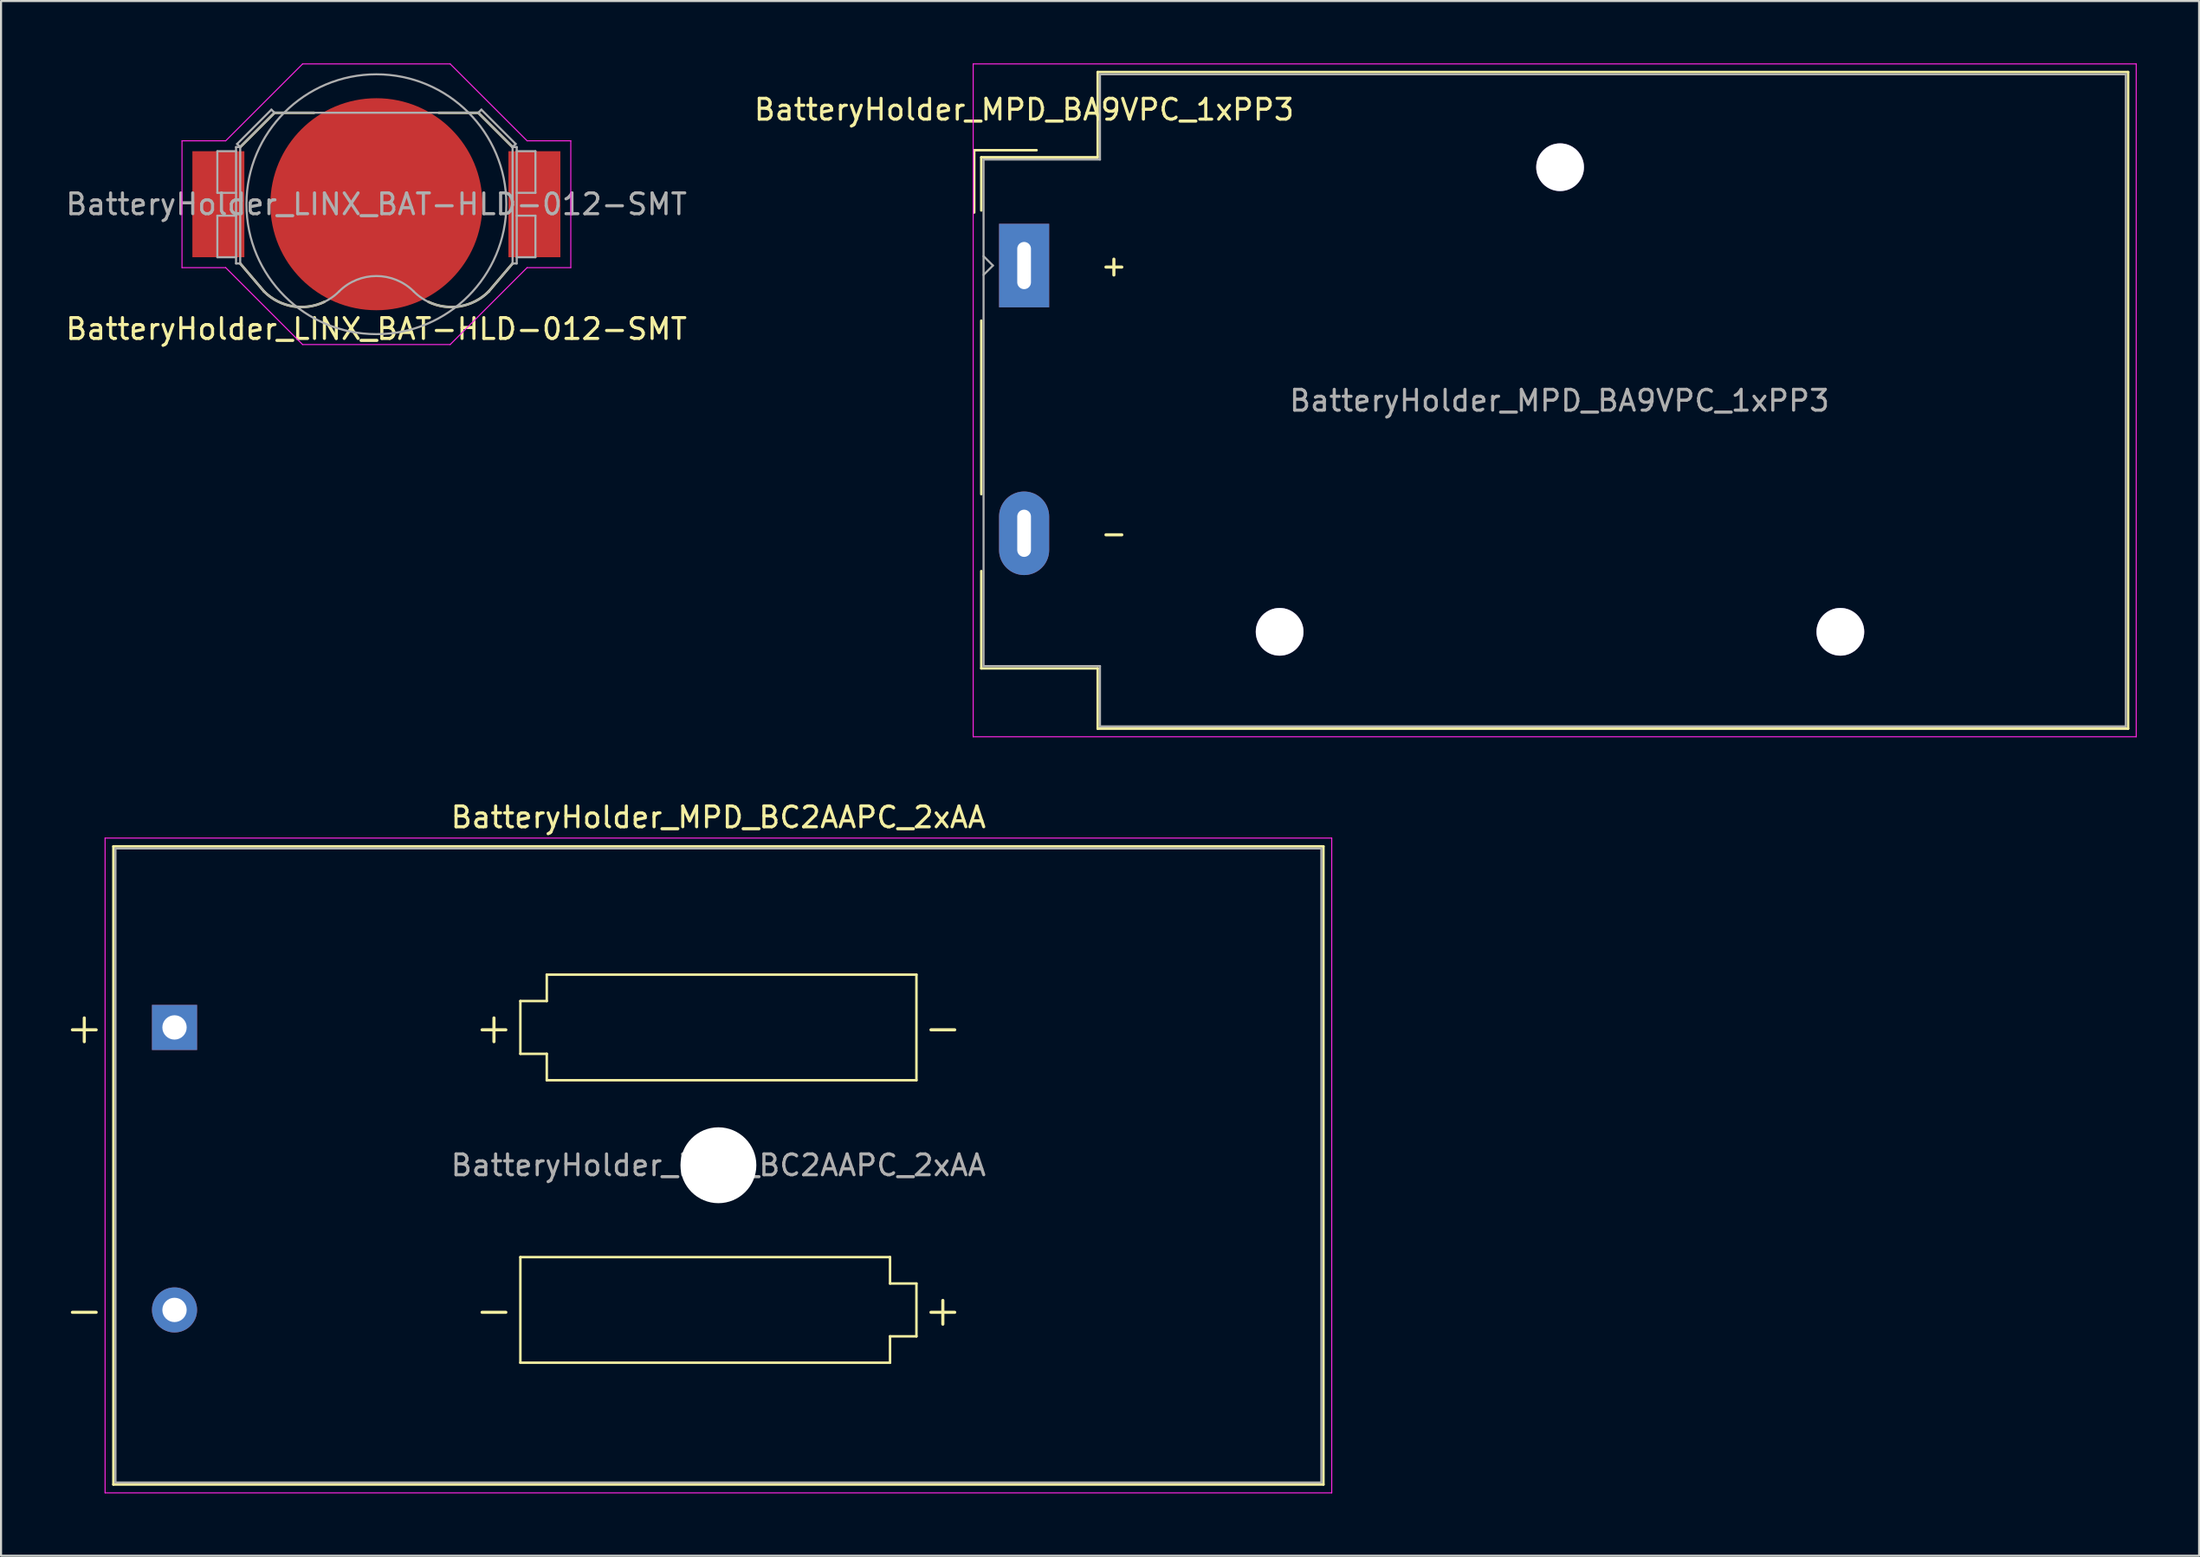
<source format=kicad_pcb>
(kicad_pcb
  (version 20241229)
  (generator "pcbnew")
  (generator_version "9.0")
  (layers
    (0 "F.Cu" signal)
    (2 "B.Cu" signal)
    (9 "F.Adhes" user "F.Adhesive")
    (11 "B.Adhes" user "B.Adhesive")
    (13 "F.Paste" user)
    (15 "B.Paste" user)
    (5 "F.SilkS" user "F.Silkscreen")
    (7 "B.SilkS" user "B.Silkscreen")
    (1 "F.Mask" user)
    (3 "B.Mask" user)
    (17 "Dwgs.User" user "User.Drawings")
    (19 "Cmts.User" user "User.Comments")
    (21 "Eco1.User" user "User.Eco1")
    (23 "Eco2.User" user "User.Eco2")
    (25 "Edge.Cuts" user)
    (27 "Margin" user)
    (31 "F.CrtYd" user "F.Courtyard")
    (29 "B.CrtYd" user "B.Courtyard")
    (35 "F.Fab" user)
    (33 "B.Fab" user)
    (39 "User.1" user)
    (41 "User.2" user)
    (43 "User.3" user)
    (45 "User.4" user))
  (footprint "BatteryHolder_MPD_BA9VPC_1xPP3"
    (layer "F.Cu")
    (at 46.208 9.725)
    (property "Reference" "BatteryHolder_MPD_BA9VPC_1xPP3" (at 0 -7.5 0) (layer "F.SilkS") (effects (font (size 1 1) (thickness 0.15))))
    (attr through_hole)
    (fp_line (start -2.4 -5.55) (end -2.4 -2.55) (stroke (width 0.12) (type solid)) (layer "F.SilkS"))
    (fp_line (start -2.4 -5.55) (end 0.6 -5.55) (stroke (width 0.12) (type solid)) (layer "F.SilkS"))
    (fp_line (start -2.06 -5.21) (end -2.06 -2.65) (stroke (width 0.12) (type solid)) (layer "F.SilkS"))
    (fp_line (start -2.06 2.65) (end -2.06 11) (stroke (width 0.12) (type solid)) (layer "F.SilkS"))
    (fp_line (start -2.06 19.38) (end -2.06 14.7) (stroke (width 0.12) (type solid)) (layer "F.SilkS"))
    (fp_line (start 3.54 -9.31) (end 3.54 -5.21) (stroke (width 0.12) (type solid)) (layer "F.SilkS"))
    (fp_line (start 3.54 -5.21) (end -2.06 -5.21) (stroke (width 0.12) (type solid)) (layer "F.SilkS"))
    (fp_line (start 3.54 19.38) (end -2.06 19.38) (stroke (width 0.12) (type solid)) (layer "F.SilkS"))
    (fp_line (start 3.54 22.28) (end 3.54 19.38) (stroke (width 0.12) (type solid)) (layer "F.SilkS"))
    (fp_line (start 53.1 -9.31) (end 3.54 -9.31) (stroke (width 0.12) (type solid)) (layer "F.SilkS"))
    (fp_line (start 53.1 22.28) (end 3.54 22.28) (stroke (width 0.12) (type solid)) (layer "F.SilkS"))
    (fp_line (start 53.1 22.28) (end 53.1 -9.31) (stroke (width 0.12) (type solid)) (layer "F.SilkS"))
    (fp_line (start -2.45 -9.7) (end -2.45 22.67) (stroke (width 0.05) (type solid)) (layer "F.CrtYd"))
    (fp_line (start -2.45 -9.7) (end 53.49 -9.7) (stroke (width 0.05) (type solid)) (layer "F.CrtYd"))
    (fp_line (start -2.45 22.67) (end 53.49 22.67) (stroke (width 0.05) (type solid)) (layer "F.CrtYd"))
    (fp_line (start 53.49 22.67) (end 53.49 -9.7) (stroke (width 0.05) (type solid)) (layer "F.CrtYd"))
    (fp_line (start -1.95 0.45) (end -1.5 0) (stroke (width 0.1) (type solid)) (layer "F.Fab"))
    (fp_line (start -1.95 19.27) (end -1.95 -5.1) (stroke (width 0.1) (type solid)) (layer "F.Fab"))
    (fp_line (start -1.5 0) (end -1.95 -0.45) (stroke (width 0.1) (type solid)) (layer "F.Fab"))
    (fp_line (start 3.65 -9.2) (end 52.99 -9.2) (stroke (width 0.1) (type solid)) (layer "F.Fab"))
    (fp_line (start 3.65 -5.1) (end -1.95 -5.1) (stroke (width 0.1) (type solid)) (layer "F.Fab"))
    (fp_line (start 3.65 -5.1) (end 3.65 -9.2) (stroke (width 0.1) (type solid)) (layer "F.Fab"))
    (fp_line (start 3.65 19.27) (end -1.95 19.27) (stroke (width 0.1) (type solid)) (layer "F.Fab"))
    (fp_line (start 3.65 22.17) (end 3.65 19.27) (stroke (width 0.1) (type solid)) (layer "F.Fab"))
    (fp_line (start 3.65 22.17) (end 52.99 22.17) (stroke (width 0.1) (type solid)) (layer "F.Fab"))
    (fp_line (start 52.99 22.17) (end 52.99 -9.2) (stroke (width 0.1) (type solid)) (layer "F.Fab"))
    (fp_text user "+" (at 3.6 0 0) (layer "F.SilkS") (effects (font (size 1 1) (thickness 0.15)) (justify left)))
    (fp_text user "-" (at 3.6 12.88 0) (layer "F.SilkS") (effects (font (size 1 1) (thickness 0.15)) (justify left)))
    (fp_text user "${REFERENCE}" (at 25.75 6.5 0) (layer "F.Fab") (effects (font (size 1 1) (thickness 0.15))))
    (pad "" np_thru_hole circle (at 12.29 17.62) (size 2.3 2.3) (drill 2.29) (layers "*.Cu" "*.Mask"))
    (pad "" np_thru_hole circle (at 25.78 -4.73) (size 2.3 2.3) (drill 2.29) (layers "*.Cu" "*.Mask"))
    (pad "" np_thru_hole circle (at 39.26 17.62) (size 2.3 2.3) (drill 2.29) (layers "*.Cu" "*.Mask"))
    (pad "1" thru_hole rect (at 0 0) (size 2.41 4.02) (drill oval 0.66 2.27) (layers "*.Cu" "*.Mask"))
    (pad "2" thru_hole oval (at 0 12.88) (size 2.41 4.02) (drill oval 0.66 2.27) (layers "*.Cu" "*.Mask")))
  (footprint "BatteryHolder_MPD_BC2AAPC_2xAA"
    (layer "F.Cu")
    (at 5.344 46.378)
    (property "Reference" "BatteryHolder_MPD_BC2AAPC_2xAA" (at 26.16 -10.11 0) (layer "F.SilkS") (effects (font (size 1 1) (thickness 0.15))))
    (attr through_hole)
    (fp_line (start -2.94 -8.71) (end -2.94 21.99) (stroke (width 0.12) (type solid)) (layer "F.SilkS"))
    (fp_line (start -2.94 21.99) (end 55.26 21.99) (stroke (width 0.12) (type solid)) (layer "F.SilkS"))
    (fp_line (start 16.635 -1.27) (end 17.905 -1.27) (stroke (width 0.12) (type solid)) (layer "F.SilkS"))
    (fp_line (start 16.635 1.27) (end 16.635 -1.27) (stroke (width 0.12) (type solid)) (layer "F.SilkS"))
    (fp_line (start 16.635 11.05) (end 16.635 16.13) (stroke (width 0.12) (type solid)) (layer "F.SilkS"))
    (fp_line (start 16.635 16.13) (end 34.415 16.13) (stroke (width 0.12) (type solid)) (layer "F.SilkS"))
    (fp_line (start 17.905 -2.54) (end 35.685 -2.54) (stroke (width 0.12) (type solid)) (layer "F.SilkS"))
    (fp_line (start 17.905 -1.27) (end 17.905 -2.54) (stroke (width 0.12) (type solid)) (layer "F.SilkS"))
    (fp_line (start 17.905 1.27) (end 16.635 1.27) (stroke (width 0.12) (type solid)) (layer "F.SilkS"))
    (fp_line (start 17.905 2.54) (end 17.905 1.27) (stroke (width 0.12) (type solid)) (layer "F.SilkS"))
    (fp_line (start 34.415 11.05) (end 16.635 11.05) (stroke (width 0.12) (type solid)) (layer "F.SilkS"))
    (fp_line (start 34.415 12.32) (end 34.415 11.05) (stroke (width 0.12) (type solid)) (layer "F.SilkS"))
    (fp_line (start 34.415 14.86) (end 35.685 14.86) (stroke (width 0.12) (type solid)) (layer "F.SilkS"))
    (fp_line (start 34.415 16.13) (end 34.415 14.86) (stroke (width 0.12) (type solid)) (layer "F.SilkS"))
    (fp_line (start 35.685 -2.54) (end 35.685 2.54) (stroke (width 0.12) (type solid)) (layer "F.SilkS"))
    (fp_line (start 35.685 2.54) (end 17.905 2.54) (stroke (width 0.12) (type solid)) (layer "F.SilkS"))
    (fp_line (start 35.685 12.32) (end 34.415 12.32) (stroke (width 0.12) (type solid)) (layer "F.SilkS"))
    (fp_line (start 35.685 14.86) (end 35.685 12.32) (stroke (width 0.12) (type solid)) (layer "F.SilkS"))
    (fp_line (start 55.26 -8.71) (end -2.94 -8.71) (stroke (width 0.12) (type solid)) (layer "F.SilkS"))
    (fp_line (start 55.26 21.99) (end 55.26 -8.71) (stroke (width 0.12) (type solid)) (layer "F.SilkS"))
    (fp_line (start -3.34 -9.11) (end -3.34 22.39) (stroke (width 0.05) (type solid)) (layer "F.CrtYd"))
    (fp_line (start -3.34 22.39) (end 55.66 22.39) (stroke (width 0.05) (type solid)) (layer "F.CrtYd"))
    (fp_line (start 55.66 -9.11) (end -3.34 -9.11) (stroke (width 0.05) (type solid)) (layer "F.CrtYd"))
    (fp_line (start 55.66 22.39) (end 55.66 -9.11) (stroke (width 0.05) (type solid)) (layer "F.CrtYd"))
    (fp_line (start -2.84 -8.61) (end -2.84 21.89) (stroke (width 0.1) (type solid)) (layer "F.Fab"))
    (fp_line (start -2.84 21.89) (end 55.16 21.89) (stroke (width 0.1) (type solid)) (layer "F.Fab"))
    (fp_line (start 55.16 -8.61) (end -2.84 -8.61) (stroke (width 0.1) (type solid)) (layer "F.Fab"))
    (fp_line (start 55.16 21.89) (end 55.16 -8.61) (stroke (width 0.1) (type solid)) (layer "F.Fab"))
    (fp_text user "-" (at 36.955 0 0) (layer "F.SilkS") (effects (font (size 1.5 1.5) (thickness 0.15))))
    (fp_text user "+" (at 15.365 0 0) (layer "F.SilkS") (effects (font (size 1.5 1.5) (thickness 0.15))))
    (fp_text user "+" (at -4.34 0 0) (layer "F.SilkS") (effects (font (size 1.5 1.5) (thickness 0.15))))
    (fp_text user "+" (at 36.955 13.59 0) (layer "F.SilkS") (effects (font (size 1.5 1.5) (thickness 0.15))))
    (fp_text user "-" (at -4.34 13.59 0) (layer "F.SilkS") (effects (font (size 1.5 1.5) (thickness 0.15))))
    (fp_text user "-" (at 15.365 13.59 0) (layer "F.SilkS") (effects (font (size 1.5 1.5) (thickness 0.15))))
    (fp_text user "${REFERENCE}" (at 26.16 6.63 0) (layer "F.Fab") (effects (font (size 1 1) (thickness 0.15))))
    (pad "" np_thru_hole circle (at 26.16 6.63) (size 3.65 3.65) (drill 3.65) (layers "*.Cu" "*.Mask"))
    (pad "1" thru_hole rect (at 0 0) (size 2.17 2.17) (drill 1.17) (layers "*.Cu" "*.Mask"))
    (pad "2" thru_hole circle (at 0 13.59) (size 2.17 2.17) (drill 1.17) (layers "*.Cu" "*.Mask")))
  (footprint "BatteryHolder_LINX_BAT-HLD-012-SMT"
    (layer "F.Cu")
    (at 15.054 6.775)
    (property "Reference" "BatteryHolder_LINX_BAT-HLD-012-SMT" (at 0 6 0) (layer "F.SilkS") (effects (font (size 1 1) (thickness 0.15))))
    (attr smd)
    (fp_line (start -6.55 -2.75) (end -4.9 -4.4) (stroke (width 0.12) (type solid)) (layer "F.SilkS"))
    (fp_line (start -6.55 2.85) (end -5.4 4.2) (stroke (width 0.12) (type solid)) (layer "F.SilkS"))
    (fp_line (start -4.9 -4.4) (end -3 -4.4) (stroke (width 0.12) (type solid)) (layer "F.SilkS"))
    (fp_line (start 4.9 -4.4) (end 3 -4.4) (stroke (width 0.12) (type solid)) (layer "F.SilkS"))
    (fp_line (start 4.9 -4.4) (end 6.55 -2.75) (stroke (width 0.12) (type solid)) (layer "F.SilkS"))
    (fp_line (start 6.55 2.85) (end 5.4 4.2) (stroke (width 0.12) (type solid)) (layer "F.SilkS"))
    (fp_arc (start -2.504098 4.697607) (mid -4.031094 4.908816) (end -5.4 4.2) (stroke (width 0.12) (type solid)) (layer "F.SilkS"))
    (fp_arc (start 5.4 4.2) (mid 4.029781 4.909041) (end 2.501694 4.696459) (stroke (width 0.12) (type solid)) (layer "F.SilkS"))
    (fp_line (start -9.35 -3.05) (end -7.25 -3.05) (stroke (width 0.05) (type solid)) (layer "F.CrtYd"))
    (fp_line (start -9.35 3.05) (end -9.35 -3.05) (stroke (width 0.05) (type solid)) (layer "F.CrtYd"))
    (fp_line (start -9.35 3.05) (end -7.25 3.05) (stroke (width 0.05) (type solid)) (layer "F.CrtYd"))
    (fp_line (start -7.25 -3.05) (end -3.55 -6.75) (stroke (width 0.05) (type solid)) (layer "F.CrtYd"))
    (fp_line (start -3.55 -6.75) (end 3.55 -6.75) (stroke (width 0.05) (type solid)) (layer "F.CrtYd"))
    (fp_line (start -3.55 6.75) (end -7.25 3.05) (stroke (width 0.05) (type solid)) (layer "F.CrtYd"))
    (fp_line (start -3.55 6.75) (end 3.55 6.75) (stroke (width 0.05) (type solid)) (layer "F.CrtYd"))
    (fp_line (start 3.55 -6.75) (end 7.25 -3.05) (stroke (width 0.05) (type solid)) (layer "F.CrtYd"))
    (fp_line (start 3.55 6.75) (end 7.25 3.05) (stroke (width 0.05) (type solid)) (layer "F.CrtYd"))
    (fp_line (start 7.25 -3.05) (end 9.35 -3.05) (stroke (width 0.05) (type solid)) (layer "F.CrtYd"))
    (fp_line (start 9.35 -3.05) (end 9.35 3.05) (stroke (width 0.05) (type solid)) (layer "F.CrtYd"))
    (fp_line (start 9.35 3.05) (end 7.25 3.05) (stroke (width 0.05) (type solid)) (layer "F.CrtYd"))
    (fp_line (start -7.65 -2.55) (end -7.65 -0.55) (stroke (width 0.1) (type solid)) (layer "F.Fab"))
    (fp_line (start -7.65 -2.55) (end -6.75 -2.55) (stroke (width 0.1) (type solid)) (layer "F.Fab"))
    (fp_line (start -7.65 -0.55) (end -6.75 -0.55) (stroke (width 0.1) (type solid)) (layer "F.Fab"))
    (fp_line (start -7.65 0.55) (end -7.65 2.55) (stroke (width 0.1) (type solid)) (layer "F.Fab"))
    (fp_line (start -7.65 2.55) (end -6.75 2.55) (stroke (width 0.1) (type solid)) (layer "F.Fab"))
    (fp_line (start -6.75 -2.75) (end -6.55 -2.75) (stroke (width 0.1) (type solid)) (layer "F.Fab"))
    (fp_line (start -6.75 0.55) (end -7.65 0.55) (stroke (width 0.1) (type solid)) (layer "F.Fab"))
    (fp_line (start -6.75 2.85) (end -6.75 -2.75) (stroke (width 0.1) (type solid)) (layer "F.Fab"))
    (fp_line (start -6.75 2.85) (end -6.55 2.85) (stroke (width 0.1) (type solid)) (layer "F.Fab"))
    (fp_line (start -6.7 -2.9) (end -5.05 -4.55) (stroke (width 0.1) (type solid)) (layer "F.Fab"))
    (fp_line (start -6.55 -2.75) (end -6.7 -2.9) (stroke (width 0.1) (type solid)) (layer "F.Fab"))
    (fp_line (start -6.55 -2.75) (end -4.9 -4.4) (stroke (width 0.1) (type solid)) (layer "F.Fab"))
    (fp_line (start -6.55 2.85) (end -6.55 -2.75) (stroke (width 0.1) (type solid)) (layer "F.Fab"))
    (fp_line (start -6.55 2.85) (end -5.4 4.2) (stroke (width 0.1) (type solid)) (layer "F.Fab"))
    (fp_line (start -5.05 -4.55) (end -4.9 -4.4) (stroke (width 0.1) (type solid)) (layer "F.Fab"))
    (fp_line (start 4.9 -4.4) (end -4.9 -4.4) (stroke (width 0.1) (type solid)) (layer "F.Fab"))
    (fp_line (start 5.05 -4.55) (end 4.9 -4.4) (stroke (width 0.1) (type solid)) (layer "F.Fab"))
    (fp_line (start 6.55 -2.75) (end 4.9 -4.4) (stroke (width 0.1) (type solid)) (layer "F.Fab"))
    (fp_line (start 6.55 -2.75) (end 6.7 -2.9) (stroke (width 0.1) (type solid)) (layer "F.Fab"))
    (fp_line (start 6.55 -2.75) (end 6.75 -2.75) (stroke (width 0.1) (type solid)) (layer "F.Fab"))
    (fp_line (start 6.55 2.85) (end 5.4 4.2) (stroke (width 0.1) (type solid)) (layer "F.Fab"))
    (fp_line (start 6.55 2.85) (end 6.55 -2.75) (stroke (width 0.1) (type solid)) (layer "F.Fab"))
    (fp_line (start 6.7 -2.9) (end 5.05 -4.55) (stroke (width 0.1) (type solid)) (layer "F.Fab"))
    (fp_line (start 6.75 -0.55) (end 7.65 -0.55) (stroke (width 0.1) (type solid)) (layer "F.Fab"))
    (fp_line (start 6.75 2.55) (end 7.65 2.55) (stroke (width 0.1) (type solid)) (layer "F.Fab"))
    (fp_line (start 6.75 2.85) (end 6.55 2.85) (stroke (width 0.1) (type solid)) (layer "F.Fab"))
    (fp_line (start 6.75 2.85) (end 6.75 -2.75) (stroke (width 0.1) (type solid)) (layer "F.Fab"))
    (fp_line (start 7.65 -2.55) (end 6.75 -2.55) (stroke (width 0.1) (type solid)) (layer "F.Fab"))
    (fp_line (start 7.65 -0.55) (end 7.65 -2.55) (stroke (width 0.1) (type solid)) (layer "F.Fab"))
    (fp_line (start 7.65 0.55) (end 6.75 0.55) (stroke (width 0.1) (type solid)) (layer "F.Fab"))
    (fp_line (start 7.65 2.55) (end 7.65 0.55) (stroke (width 0.1) (type solid)) (layer "F.Fab"))
    (fp_arc (start -1.8 4.2) (mid -3.6 4.945584) (end -5.4 4.2) (stroke (width 0.1) (type solid)) (layer "F.Fab"))
    (fp_arc (start -1.8 4.2) (mid 0 3.454416) (end 1.8 4.2) (stroke (width 0.1) (type solid)) (layer "F.Fab"))
    (fp_arc (start 5.4 4.2) (mid 3.6 4.945584) (end 1.8 4.2) (stroke (width 0.1) (type solid)) (layer "F.Fab"))
    (fp_circle (center 0 0) (end -6.25 0) (stroke (width 0.1) (type solid)) (fill no) (layer "F.Fab"))
    (fp_text user "${REFERENCE}" (at 0 0 0) (layer "F.Fab") (effects (font (size 1 1) (thickness 0.15))))
    (pad "1" smd rect (at -7.6 0) (size 2.5 5.1) (layers "F.Cu" "F.Mask" "F.Paste"))
    (pad "1" smd rect (at 7.6 0) (size 2.5 5.1) (layers "F.Cu" "F.Mask" "F.Paste"))
    (pad "2" smd circle (at 0 0) (size 10.2 10.2) (layers "F.Cu" "F.Mask")))
  (gr_rect
    (start -3 -3)
    (end 102.723 71.793)
    (stroke (width 0.1) (type default))
    (fill no)
    (layer "Edge.Cuts")))
</source>
